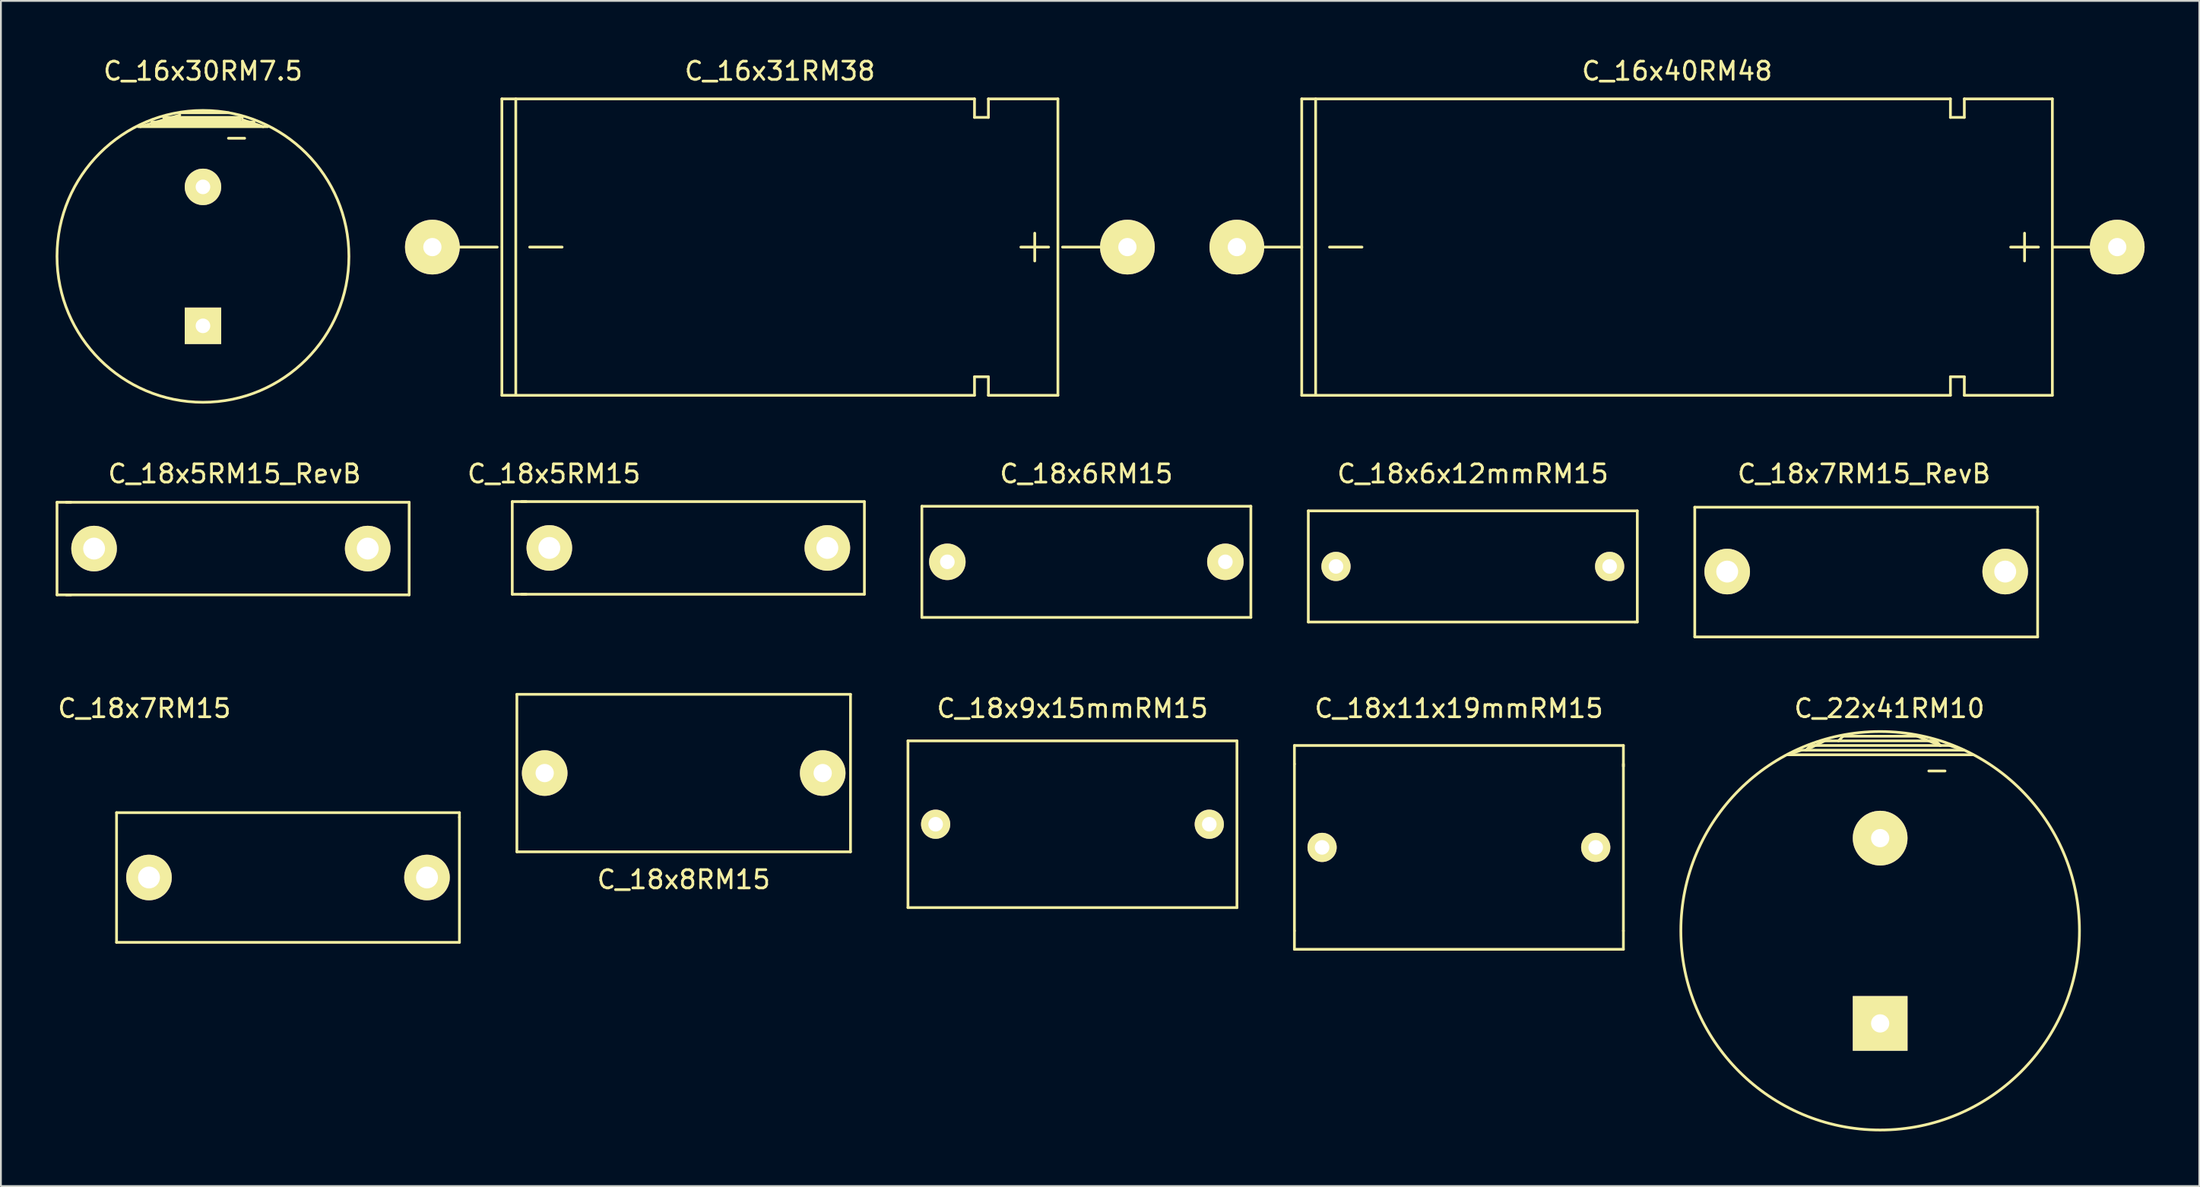
<source format=kicad_pcb>
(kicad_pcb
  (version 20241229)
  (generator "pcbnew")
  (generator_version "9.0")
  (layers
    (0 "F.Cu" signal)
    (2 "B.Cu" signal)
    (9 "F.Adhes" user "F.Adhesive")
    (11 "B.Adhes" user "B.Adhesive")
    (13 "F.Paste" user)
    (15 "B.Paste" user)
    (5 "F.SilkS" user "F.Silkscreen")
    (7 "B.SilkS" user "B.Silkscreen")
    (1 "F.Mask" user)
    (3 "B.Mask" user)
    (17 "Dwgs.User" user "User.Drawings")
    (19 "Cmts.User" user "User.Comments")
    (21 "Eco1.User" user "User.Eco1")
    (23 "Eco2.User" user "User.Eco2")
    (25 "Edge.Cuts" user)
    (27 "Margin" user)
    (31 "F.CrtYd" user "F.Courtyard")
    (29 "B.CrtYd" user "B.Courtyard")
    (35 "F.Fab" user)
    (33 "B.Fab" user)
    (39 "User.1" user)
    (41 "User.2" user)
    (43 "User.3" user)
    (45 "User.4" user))
  (footprint "C_18x11x19mmRM15"
    (layer "F.Cu")
    (at 76.924 43.419)
    (property "Reference" "C_18x11x19mmRM15" (at 0 -7.62 0) (layer "F.SilkS") (effects (font (size 1 1) (thickness 0.15))))
    (attr through_hole)
    (fp_line (start -9.017 -5.588) (end 9.017 -5.588) (stroke (width 0.15) (type solid)) (layer "F.SilkS"))
    (fp_line (start -9.017 -4.572) (end -9.017 -5.588) (stroke (width 0.15) (type solid)) (layer "F.SilkS"))
    (fp_line (start -9.017 -4.572) (end -9.017 4.572) (stroke (width 0.15) (type solid)) (layer "F.SilkS"))
    (fp_line (start -9.017 4.572) (end -9.017 5.588) (stroke (width 0.15) (type solid)) (layer "F.SilkS"))
    (fp_line (start -9.017 5.588) (end 9.017 5.588) (stroke (width 0.15) (type solid)) (layer "F.SilkS"))
    (fp_line (start 9.017 -5.588) (end 9.017 -4.445) (stroke (width 0.15) (type solid)) (layer "F.SilkS"))
    (fp_line (start 9.017 4.572) (end 9.017 -4.572) (stroke (width 0.15) (type solid)) (layer "F.SilkS"))
    (fp_line (start 9.017 5.588) (end 9.017 4.572) (stroke (width 0.15) (type solid)) (layer "F.SilkS"))
    (pad "1" thru_hole circle (at -7.5 0) (size 1.6 1.6) (drill 0.8) (layers "*.Cu" "*.Mask" "F.SilkS"))
    (pad "2" thru_hole circle (at 7.5 0) (size 1.6 1.6) (drill 0.8) (layers "*.Cu" "*.Mask" "F.SilkS")))
  (footprint "C_16x40RM48"
    (layer "F.Cu")
    (at 88.882 10.5)
    (property "Reference" "C_16x40RM48" (at 0 -9.652 0) (layer "F.SilkS") (effects (font (size 1 1) (thickness 0.15))))
    (attr through_hole)
    (fp_line (start -20.574 0) (end -24.13 0) (stroke (width 0.15) (type solid)) (layer "F.SilkS"))
    (fp_line (start -20.574 8.128) (end -20.574 -8.128) (stroke (width 0.15) (type solid)) (layer "F.SilkS"))
    (fp_line (start -19.812 -8.128) (end -19.812 8.128) (stroke (width 0.15) (type solid)) (layer "F.SilkS"))
    (fp_line (start -19.05 0) (end -17.272 0) (stroke (width 0.15) (type solid)) (layer "F.SilkS"))
    (fp_line (start 14.986 -8.128) (end -20.574 -8.128) (stroke (width 0.15) (type solid)) (layer "F.SilkS"))
    (fp_line (start 14.986 -8.128) (end 14.986 -7.112) (stroke (width 0.15) (type solid)) (layer "F.SilkS"))
    (fp_line (start 14.986 -7.112) (end 15.748 -7.112) (stroke (width 0.15) (type solid)) (layer "F.SilkS"))
    (fp_line (start 14.986 7.112) (end 14.986 8.128) (stroke (width 0.15) (type solid)) (layer "F.SilkS"))
    (fp_line (start 14.986 8.128) (end -20.574 8.128) (stroke (width 0.15) (type solid)) (layer "F.SilkS"))
    (fp_line (start 15.748 -7.112) (end 15.748 -8.128) (stroke (width 0.15) (type solid)) (layer "F.SilkS"))
    (fp_line (start 15.748 7.112) (end 14.986 7.112) (stroke (width 0.15) (type solid)) (layer "F.SilkS"))
    (fp_line (start 15.748 8.128) (end 15.748 7.112) (stroke (width 0.15) (type solid)) (layer "F.SilkS"))
    (fp_line (start 19.05 0.762) (end 19.05 -0.762) (stroke (width 0.15) (type solid)) (layer "F.SilkS"))
    (fp_line (start 19.812 0) (end 18.288 0) (stroke (width 0.15) (type solid)) (layer "F.SilkS"))
    (fp_line (start 20.574 -8.128) (end 15.748 -8.128) (stroke (width 0.15) (type solid)) (layer "F.SilkS"))
    (fp_line (start 20.574 0) (end 24.13 0) (stroke (width 0.15) (type solid)) (layer "F.SilkS"))
    (fp_line (start 20.574 8.128) (end 15.748 8.128) (stroke (width 0.15) (type solid)) (layer "F.SilkS"))
    (fp_line (start 20.574 8.128) (end 20.574 -8.128) (stroke (width 0.15) (type solid)) (layer "F.SilkS"))
    (pad "1" thru_hole circle (at 24.13 0) (size 3 3) (drill 1.001) (layers "*.Cu" "*.Mask" "F.SilkS"))
    (pad "2" thru_hole circle (at -24.13 0) (size 3 3) (drill 1.001) (layers "*.Cu" "*.Mask" "F.SilkS")))
  (footprint "C_16x31RM38"
    (layer "F.Cu")
    (at 39.702 10.5)
    (property "Reference" "C_16x31RM38" (at 0 -9.652 0) (layer "F.SilkS") (effects (font (size 1 1) (thickness 0.15))))
    (attr through_hole)
    (fp_line (start -15.494 0) (end -19.05 0) (stroke (width 0.15) (type solid)) (layer "F.SilkS"))
    (fp_line (start -15.24 -8.128) (end 10.668 -8.128) (stroke (width 0.15) (type solid)) (layer "F.SilkS"))
    (fp_line (start -15.24 8.128) (end -15.24 -8.128) (stroke (width 0.15) (type solid)) (layer "F.SilkS"))
    (fp_line (start -14.478 -8.128) (end -14.478 8.128) (stroke (width 0.15) (type solid)) (layer "F.SilkS"))
    (fp_line (start -13.716 0) (end -11.938 0) (stroke (width 0.15) (type solid)) (layer "F.SilkS"))
    (fp_line (start 10.668 -8.128) (end 10.668 -7.112) (stroke (width 0.15) (type solid)) (layer "F.SilkS"))
    (fp_line (start 10.668 -7.112) (end 11.43 -7.112) (stroke (width 0.15) (type solid)) (layer "F.SilkS"))
    (fp_line (start 10.668 7.112) (end 10.668 8.128) (stroke (width 0.15) (type solid)) (layer "F.SilkS"))
    (fp_line (start 10.668 8.128) (end -15.24 8.128) (stroke (width 0.15) (type solid)) (layer "F.SilkS"))
    (fp_line (start 11.43 -8.128) (end 15.24 -8.128) (stroke (width 0.15) (type solid)) (layer "F.SilkS"))
    (fp_line (start 11.43 -7.112) (end 11.43 -8.128) (stroke (width 0.15) (type solid)) (layer "F.SilkS"))
    (fp_line (start 11.43 7.112) (end 10.668 7.112) (stroke (width 0.15) (type solid)) (layer "F.SilkS"))
    (fp_line (start 11.43 8.128) (end 11.43 7.112) (stroke (width 0.15) (type solid)) (layer "F.SilkS"))
    (fp_line (start 13.97 0.762) (end 13.97 -0.762) (stroke (width 0.15) (type solid)) (layer "F.SilkS"))
    (fp_line (start 14.732 0) (end 13.208 0) (stroke (width 0.15) (type solid)) (layer "F.SilkS"))
    (fp_line (start 15.24 8.128) (end 11.43 8.128) (stroke (width 0.15) (type solid)) (layer "F.SilkS"))
    (fp_line (start 15.24 8.128) (end 15.24 -8.128) (stroke (width 0.15) (type solid)) (layer "F.SilkS"))
    (fp_line (start 15.494 0) (end 19.05 0) (stroke (width 0.15) (type solid)) (layer "F.SilkS"))
    (pad "1" thru_hole circle (at 19.05 0) (size 3 3) (drill 1.001) (layers "*.Cu" "*.Mask" "F.SilkS"))
    (pad "2" thru_hole circle (at -19.05 0) (size 3 3) (drill 1.001) (layers "*.Cu" "*.Mask" "F.SilkS")))
  (footprint "C_18x5RM15"
    (layer "F.Cu")
    (at 27.063 26.997)
    (property "Reference" "C_18x5RM15" (at 0.254 -4.064 0) (layer "F.SilkS") (effects (font (size 1 1) (thickness 0.15))))
    (attr through_hole)
    (fp_line (start -2.032 -2.54) (end -2.032 2.54) (stroke (width 0.15) (type solid)) (layer "F.SilkS"))
    (fp_line (start -2.032 2.54) (end -1.27 2.54) (stroke (width 0.15) (type solid)) (layer "F.SilkS"))
    (fp_line (start -1.524 2.54) (end 17.272 2.54) (stroke (width 0.15) (type solid)) (layer "F.SilkS"))
    (fp_line (start -1.27 -2.54) (end -2.032 -2.54) (stroke (width 0.15) (type solid)) (layer "F.SilkS"))
    (fp_line (start 17.272 -2.54) (end -1.524 -2.54) (stroke (width 0.15) (type solid)) (layer "F.SilkS"))
    (fp_line (start 17.272 2.54) (end 17.272 -2.54) (stroke (width 0.15) (type solid)) (layer "F.SilkS"))
    (pad "1" thru_hole circle (at 0 0) (size 2.499 2.499) (drill 1.199) (layers "*.Cu" "*.Mask" "F.SilkS"))
    (pad "2" thru_hole circle (at 15.24 0) (size 2.499 2.499) (drill 1.199) (layers "*.Cu" "*.Mask" "F.SilkS")))
  (footprint "C_18x9x15mmRM15"
    (layer "F.Cu")
    (at 55.74 42.149)
    (property "Reference" "C_18x9x15mmRM15" (at 0 -6.35 0) (layer "F.SilkS") (effects (font (size 1 1) (thickness 0.15))))
    (attr through_hole)
    (fp_line (start -9.017 -4.572) (end -9.017 4.572) (stroke (width 0.15) (type solid)) (layer "F.SilkS"))
    (fp_line (start -9.017 4.572) (end 9.017 4.572) (stroke (width 0.15) (type solid)) (layer "F.SilkS"))
    (fp_line (start 9.017 -4.572) (end -9.017 -4.572) (stroke (width 0.15) (type solid)) (layer "F.SilkS"))
    (fp_line (start 9.017 4.572) (end 9.017 -4.572) (stroke (width 0.15) (type solid)) (layer "F.SilkS"))
    (pad "1" thru_hole circle (at -7.5 0) (size 1.6 1.6) (drill 0.8) (layers "*.Cu" "*.Mask" "F.SilkS"))
    (pad "2" thru_hole circle (at 7.5 0) (size 1.6 1.6) (drill 0.8) (layers "*.Cu" "*.Mask" "F.SilkS")))
  (footprint "C_18x8RM15"
    (layer "F.Cu")
    (at 34.429 39.343)
    (property "Reference" "C_18x8RM15" (at 0 5.842 0) (layer "F.SilkS") (effects (font (size 1 1) (thickness 0.15))))
    (attr through_hole)
    (fp_line (start -9.144 -4.318) (end 9.144 -4.318) (stroke (width 0.15) (type solid)) (layer "F.SilkS"))
    (fp_line (start -9.144 4.318) (end -9.144 -4.318) (stroke (width 0.15) (type solid)) (layer "F.SilkS"))
    (fp_line (start 9.144 -4.318) (end 9.144 4.318) (stroke (width 0.15) (type solid)) (layer "F.SilkS"))
    (fp_line (start 9.144 4.318) (end -9.144 4.318) (stroke (width 0.15) (type solid)) (layer "F.SilkS"))
    (pad "1" thru_hole circle (at 7.62 0) (size 2.499 2.499) (drill 1.001) (layers "*.Cu" "*.Mask" "F.SilkS"))
    (pad "2" thru_hole circle (at -7.62 0) (size 2.499 2.499) (drill 1.001) (layers "*.Cu" "*.Mask" "F.SilkS")))
  (footprint "C_18x6x12mmRM15"
    (layer "F.Cu")
    (at 77.686 28.012)
    (property "Reference" "C_18x6x12mmRM15" (at 0 -5.08 0) (layer "F.SilkS") (effects (font (size 1 1) (thickness 0.15))))
    (attr through_hole)
    (fp_line (start -9.017 -3.048) (end -9.017 3.048) (stroke (width 0.15) (type solid)) (layer "F.SilkS"))
    (fp_line (start -9.017 3.048) (end 8.89 3.048) (stroke (width 0.15) (type solid)) (layer "F.SilkS"))
    (fp_line (start 8.89 3.048) (end 9.017 3.048) (stroke (width 0.15) (type solid)) (layer "F.SilkS"))
    (fp_line (start 9.017 -3.048) (end -9.017 -3.048) (stroke (width 0.15) (type solid)) (layer "F.SilkS"))
    (fp_line (start 9.017 3.048) (end 9.017 -3.048) (stroke (width 0.15) (type solid)) (layer "F.SilkS"))
    (pad "1" thru_hole circle (at -7.5 0) (size 1.6 1.6) (drill 0.8) (layers "*.Cu" "*.Mask" "F.SilkS"))
    (pad "2" thru_hole circle (at 7.5 0) (size 1.6 1.6) (drill 0.8) (layers "*.Cu" "*.Mask" "F.SilkS")))
  (footprint "C_16x30RM7.5"
    (layer "F.Cu")
    (at 8.076 11.008)
    (property "Reference" "C_16x30RM7.5" (at 0 -10.16 0) (layer "F.SilkS") (effects (font (size 1 1) (thickness 0.15))))
    (attr through_hole)
    (fp_line (start -3.429 -7.112) (end -1.27 -7.747) (stroke (width 0.15) (type solid)) (layer "F.SilkS"))
    (fp_line (start -2.794 -7.366) (end -2.667 -7.366) (stroke (width 0.15) (type solid)) (layer "F.SilkS"))
    (fp_line (start -2.794 -7.239) (end -1.905 -7.239) (stroke (width 0.15) (type solid)) (layer "F.SilkS"))
    (fp_line (start -2.159 -7.62) (end 2.159 -7.62) (stroke (width 0.15) (type solid)) (layer "F.SilkS"))
    (fp_line (start -2.032 -7.493) (end 2.032 -7.493) (stroke (width 0.15) (type solid)) (layer "F.SilkS"))
    (fp_line (start 1.397 -7.874) (end -1.27 -7.874) (stroke (width 0.15) (type solid)) (layer "F.SilkS"))
    (fp_line (start 1.397 -6.477) (end 2.286 -6.477) (stroke (width 0.15) (type solid)) (layer "F.SilkS"))
    (fp_line (start 2.794 -7.366) (end -2.794 -7.366) (stroke (width 0.15) (type solid)) (layer "F.SilkS"))
    (fp_line (start 2.921 -7.239) (end -2.794 -7.239) (stroke (width 0.15) (type solid)) (layer "F.SilkS"))
    (fp_line (start 3.302 -7.112) (end 2.159 -7.493) (stroke (width 0.15) (type solid)) (layer "F.SilkS"))
    (fp_line (start 3.556 -7.112) (end -3.556 -7.112) (stroke (width 0.15) (type solid)) (layer "F.SilkS"))
    (fp_circle (center 0 0) (end 8.001 0) (stroke (width 0.15) (type solid)) (fill no) (layer "F.SilkS"))
    (pad "1" thru_hole rect (at 0 3.81) (size 1.999 1.999) (drill 0.8) (layers "*.Cu" "*.Mask" "F.SilkS"))
    (pad "2" thru_hole circle (at 0 -3.81) (size 1.999 1.999) (drill 0.8) (layers "*.Cu" "*.Mask" "F.SilkS")))
  (footprint "C_18x6RM15"
    (layer "F.Cu")
    (at 56.502 27.759)
    (property "Reference" "C_18x6RM15" (at 0 -4.826 0) (layer "F.SilkS") (effects (font (size 1 1) (thickness 0.15))))
    (attr through_hole)
    (fp_line (start -9.017 -3.048) (end -9.017 3.048) (stroke (width 0.15) (type solid)) (layer "F.SilkS"))
    (fp_line (start -9.017 3.048) (end 9.017 3.048) (stroke (width 0.15) (type solid)) (layer "F.SilkS"))
    (fp_line (start 9.017 -3.048) (end -9.017 -3.048) (stroke (width 0.15) (type solid)) (layer "F.SilkS"))
    (fp_line (start 9.017 -3.048) (end 9.017 3.048) (stroke (width 0.15) (type solid)) (layer "F.SilkS"))
    (pad "1" thru_hole circle (at -7.62 0) (size 1.999 1.999) (drill 0.8) (layers "*.Cu" "*.Mask" "F.SilkS"))
    (pad "2" thru_hole circle (at 7.62 0) (size 1.999 1.999) (drill 0.8) (layers "*.Cu" "*.Mask" "F.SilkS")))
  (footprint "C_22x41RM10"
    (layer "F.Cu")
    (at 100.016 47.991)
    (property "Reference" "C_22x41RM10" (at 0.508 -12.192 0) (layer "F.SilkS") (effects (font (size 1 1) (thickness 0.15))))
    (attr through_hole)
    (fp_line (start -5.08 -9.652) (end -4.318 -9.906) (stroke (width 0.15) (type solid)) (layer "F.SilkS"))
    (fp_line (start -4.318 -9.906) (end 4.572 -9.906) (stroke (width 0.15) (type solid)) (layer "F.SilkS"))
    (fp_line (start -4.064 -9.906) (end -3.048 -10.414) (stroke (width 0.15) (type solid)) (layer "F.SilkS"))
    (fp_line (start -3.81 -10.16) (end -4.064 -9.906) (stroke (width 0.15) (type solid)) (layer "F.SilkS"))
    (fp_line (start -3.048 -10.414) (end 3.048 -10.414) (stroke (width 0.15) (type solid)) (layer "F.SilkS"))
    (fp_line (start -2.032 -10.668) (end -2.286 -10.414) (stroke (width 0.15) (type solid)) (layer "F.SilkS"))
    (fp_line (start 2.032 -10.668) (end -2.032 -10.668) (stroke (width 0.15) (type solid)) (layer "F.SilkS"))
    (fp_line (start 2.667 -8.763) (end 3.556 -8.763) (stroke (width 0.15) (type solid)) (layer "F.SilkS"))
    (fp_line (start 3.048 -10.414) (end 3.302 -10.16) (stroke (width 0.15) (type solid)) (layer "F.SilkS"))
    (fp_line (start 3.302 -10.16) (end 2.032 -10.668) (stroke (width 0.15) (type solid)) (layer "F.SilkS"))
    (fp_line (start 3.81 -10.16) (end -3.81 -10.16) (stroke (width 0.15) (type solid)) (layer "F.SilkS"))
    (fp_line (start 4.572 -9.906) (end 3.81 -10.16) (stroke (width 0.15) (type solid)) (layer "F.SilkS"))
    (fp_line (start 5.08 -9.652) (end -5.08 -9.652) (stroke (width 0.15) (type solid)) (layer "F.SilkS"))
    (fp_circle (center 0 0) (end 10.922 -0.254) (stroke (width 0.15) (type solid)) (fill no) (layer "F.SilkS"))
    (pad "1" thru_hole rect (at 0 5.08) (size 3 3) (drill 1.001) (layers "*.Cu" "*.Mask" "F.SilkS"))
    (pad "2" thru_hole circle (at 0 -5.08) (size 3 3) (drill 1.001) (layers "*.Cu" "*.Mask" "F.SilkS")))
  (footprint "C_18x7RM15_RevB"
    (layer "F.Cu")
    (at 99.131 28.293)
    (property "Reference" "C_18x7RM15_RevB" (at 0 -5.36 0) (layer "F.SilkS") (effects (font (size 1 1) (thickness 0.15))))
    (attr through_hole)
    (fp_line (start -9.278 -3.529) (end -9.278 3.583) (stroke (width 0.15) (type solid)) (layer "F.SilkS"))
    (fp_line (start -9.278 3.583) (end 9.518 3.583) (stroke (width 0.15) (type solid)) (layer "F.SilkS"))
    (fp_line (start 9.518 -3.529) (end -9.278 -3.529) (stroke (width 0.15) (type solid)) (layer "F.SilkS"))
    (fp_line (start 9.518 -3.275) (end 9.518 -3.529) (stroke (width 0.15) (type solid)) (layer "F.SilkS"))
    (fp_line (start 9.518 3.583) (end 9.518 -3.275) (stroke (width 0.15) (type solid)) (layer "F.SilkS"))
    (pad "1" thru_hole circle (at -7.5 0) (size 2.499 2.499) (drill 1.199) (layers "*.Cu" "*.Mask" "F.SilkS"))
    (pad "2" thru_hole circle (at 7.74 0) (size 2.499 2.499) (drill 1.199) (layers "*.Cu" "*.Mask" "F.SilkS")))
  (footprint "C_18x5RM15_RevB"
    (layer "F.Cu")
    (at 9.807 27.032)
    (property "Reference" "C_18x5RM15_RevB" (at 0 -4.1 0) (layer "F.SilkS") (effects (font (size 1 1) (thickness 0.15))))
    (attr through_hole)
    (fp_line (start -9.732 -2.54) (end -9.732 2.54) (stroke (width 0.15) (type solid)) (layer "F.SilkS"))
    (fp_line (start -9.732 2.54) (end -8.97 2.54) (stroke (width 0.15) (type solid)) (layer "F.SilkS"))
    (fp_line (start -9.224 2.54) (end 9.572 2.54) (stroke (width 0.15) (type solid)) (layer "F.SilkS"))
    (fp_line (start -8.97 -2.54) (end -9.732 -2.54) (stroke (width 0.15) (type solid)) (layer "F.SilkS"))
    (fp_line (start 9.572 -2.54) (end -9.224 -2.54) (stroke (width 0.15) (type solid)) (layer "F.SilkS"))
    (fp_line (start 9.572 2.54) (end 9.572 -2.54) (stroke (width 0.15) (type solid)) (layer "F.SilkS"))
    (pad "1" thru_hole circle (at -7.7 0) (size 2.499 2.499) (drill 1.199) (layers "*.Cu" "*.Mask" "F.SilkS"))
    (pad "2" thru_hole circle (at 7.3 0) (size 2.499 2.499) (drill 1.199) (layers "*.Cu" "*.Mask" "F.SilkS")))
  (footprint "C_18x7RM15"
    (layer "F.Cu")
    (at 5.117 44.943)
    (property "Reference" "C_18x7RM15" (at -0.254 -9.144 0) (layer "F.SilkS") (effects (font (size 1 1) (thickness 0.15))))
    (attr through_hole)
    (fp_line (start -1.778 -3.429) (end -1.778 3.683) (stroke (width 0.15) (type solid)) (layer "F.SilkS"))
    (fp_line (start -1.778 3.683) (end 17.018 3.683) (stroke (width 0.15) (type solid)) (layer "F.SilkS"))
    (fp_line (start 17.018 -3.429) (end -1.778 -3.429) (stroke (width 0.15) (type solid)) (layer "F.SilkS"))
    (fp_line (start 17.018 -3.175) (end 17.018 -3.429) (stroke (width 0.15) (type solid)) (layer "F.SilkS"))
    (fp_line (start 17.018 3.683) (end 17.018 -3.175) (stroke (width 0.15) (type solid)) (layer "F.SilkS"))
    (pad "1" thru_hole circle (at 0 0.127) (size 2.499 2.499) (drill 1.199) (layers "*.Cu" "*.Mask" "F.SilkS"))
    (pad "2" thru_hole circle (at 15.24 0.127) (size 2.499 2.499) (drill 1.199) (layers "*.Cu" "*.Mask" "F.SilkS")))
  (gr_rect
    (start -3 -3)
    (end 117.511 61.991)
    (stroke (width 0.1) (type default))
    (fill no)
    (layer "Edge.Cuts")))
</source>
